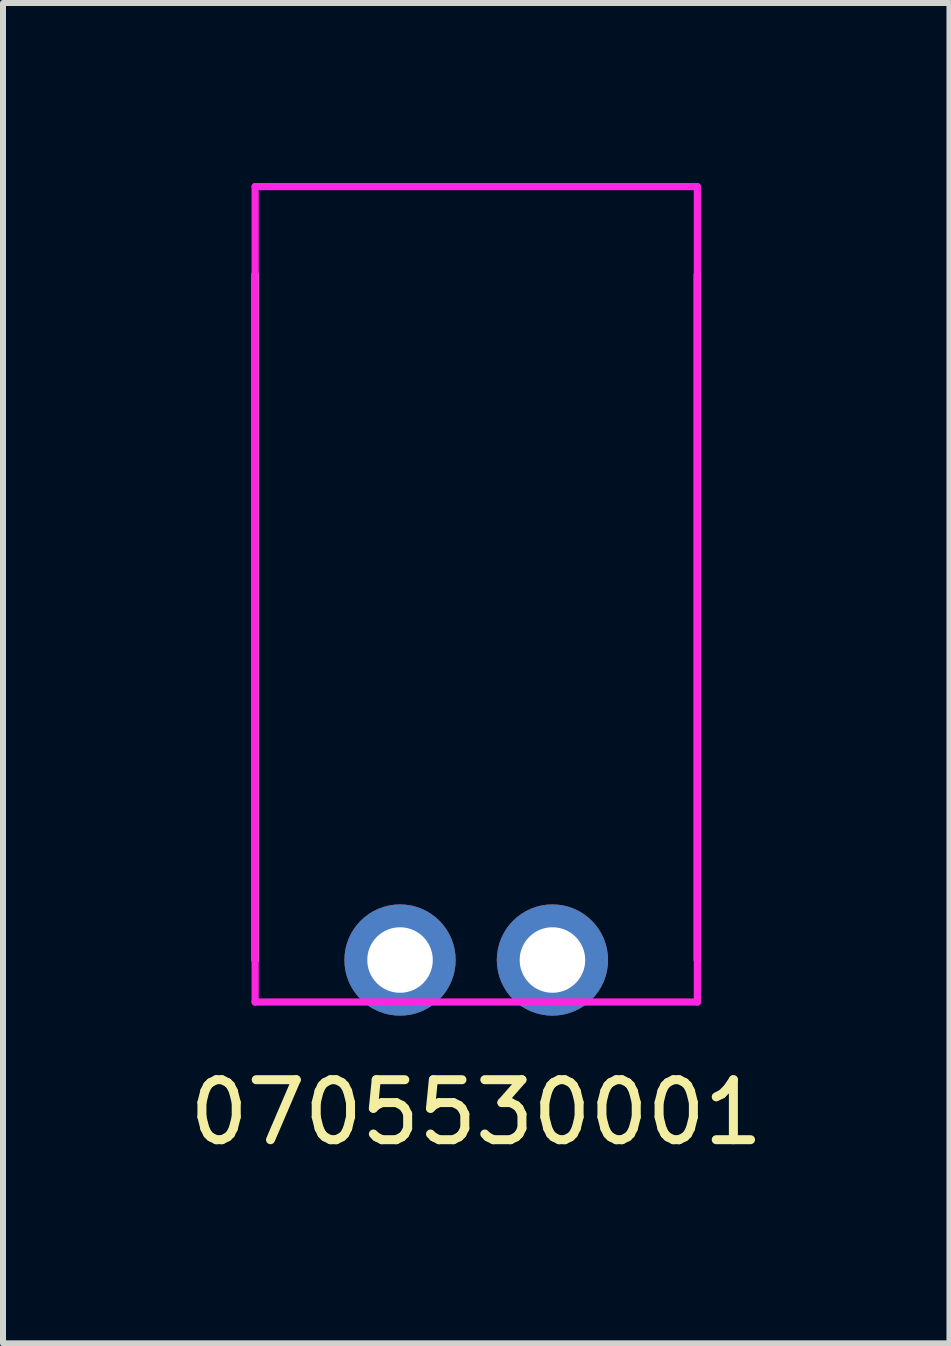
<source format=kicad_pcb>
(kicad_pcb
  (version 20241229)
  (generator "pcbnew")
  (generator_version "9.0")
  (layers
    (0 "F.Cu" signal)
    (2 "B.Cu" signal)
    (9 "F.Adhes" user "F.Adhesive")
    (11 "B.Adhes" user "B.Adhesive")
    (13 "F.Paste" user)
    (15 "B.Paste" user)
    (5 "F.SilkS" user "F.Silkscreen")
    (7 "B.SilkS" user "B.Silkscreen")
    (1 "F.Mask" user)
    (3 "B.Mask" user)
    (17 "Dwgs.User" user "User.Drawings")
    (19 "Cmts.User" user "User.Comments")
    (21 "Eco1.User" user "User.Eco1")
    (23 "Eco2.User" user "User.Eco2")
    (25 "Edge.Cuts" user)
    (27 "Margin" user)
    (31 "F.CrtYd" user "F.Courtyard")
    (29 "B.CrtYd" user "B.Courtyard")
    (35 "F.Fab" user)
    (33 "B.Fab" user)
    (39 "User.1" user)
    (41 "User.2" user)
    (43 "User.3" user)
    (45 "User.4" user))
  (footprint "0705530001"
    (layer "F.Cu")
    (at 4.887 12.95)
    (property "Reference" "0705530001" (at 0 2.54 0) (unlocked yes) (layer "F.SilkS") (effects (font (size 1 1) (thickness 0.15))))
    (attr through_hole)
    (fp_line (start -3.685 -11.43) (end -3.685 0) (stroke (width 0.12) (type solid)) (layer "F.SilkS"))
    (fp_line (start 3.685 0) (end 3.685 -11.43) (stroke (width 0.12) (type solid)) (layer "F.SilkS"))
    (fp_line (start -3.685 -12.89) (end -3.685 0.7) (stroke (width 0.12) (type solid)) (layer "F.CrtYd"))
    (fp_line (start -3.685 -12.89) (end 3.685 -12.89) (stroke (width 0.12) (type solid)) (layer "F.CrtYd"))
    (fp_line (start -3.685 0.7) (end 3.685 0.7) (stroke (width 0.12) (type solid)) (layer "F.CrtYd"))
    (fp_line (start 3.685 -12.89) (end 3.685 0.7) (stroke (width 0.12) (type solid)) (layer "F.CrtYd"))
    (pad "1" thru_hole circle (at -1.27 0) (size 1.854 1.854) (drill 1.092) (layers "*.Cu" "*.Mask"))
    (pad "2" thru_hole circle (at 1.27 0) (size 1.854 1.854) (drill 1.092) (layers "*.Cu" "*.Mask")))
  (gr_rect
    (start -3 -3)
    (end 12.774 19.338)
    (stroke (width 0.1) (type default))
    (fill no)
    (layer "Edge.Cuts")))
</source>
